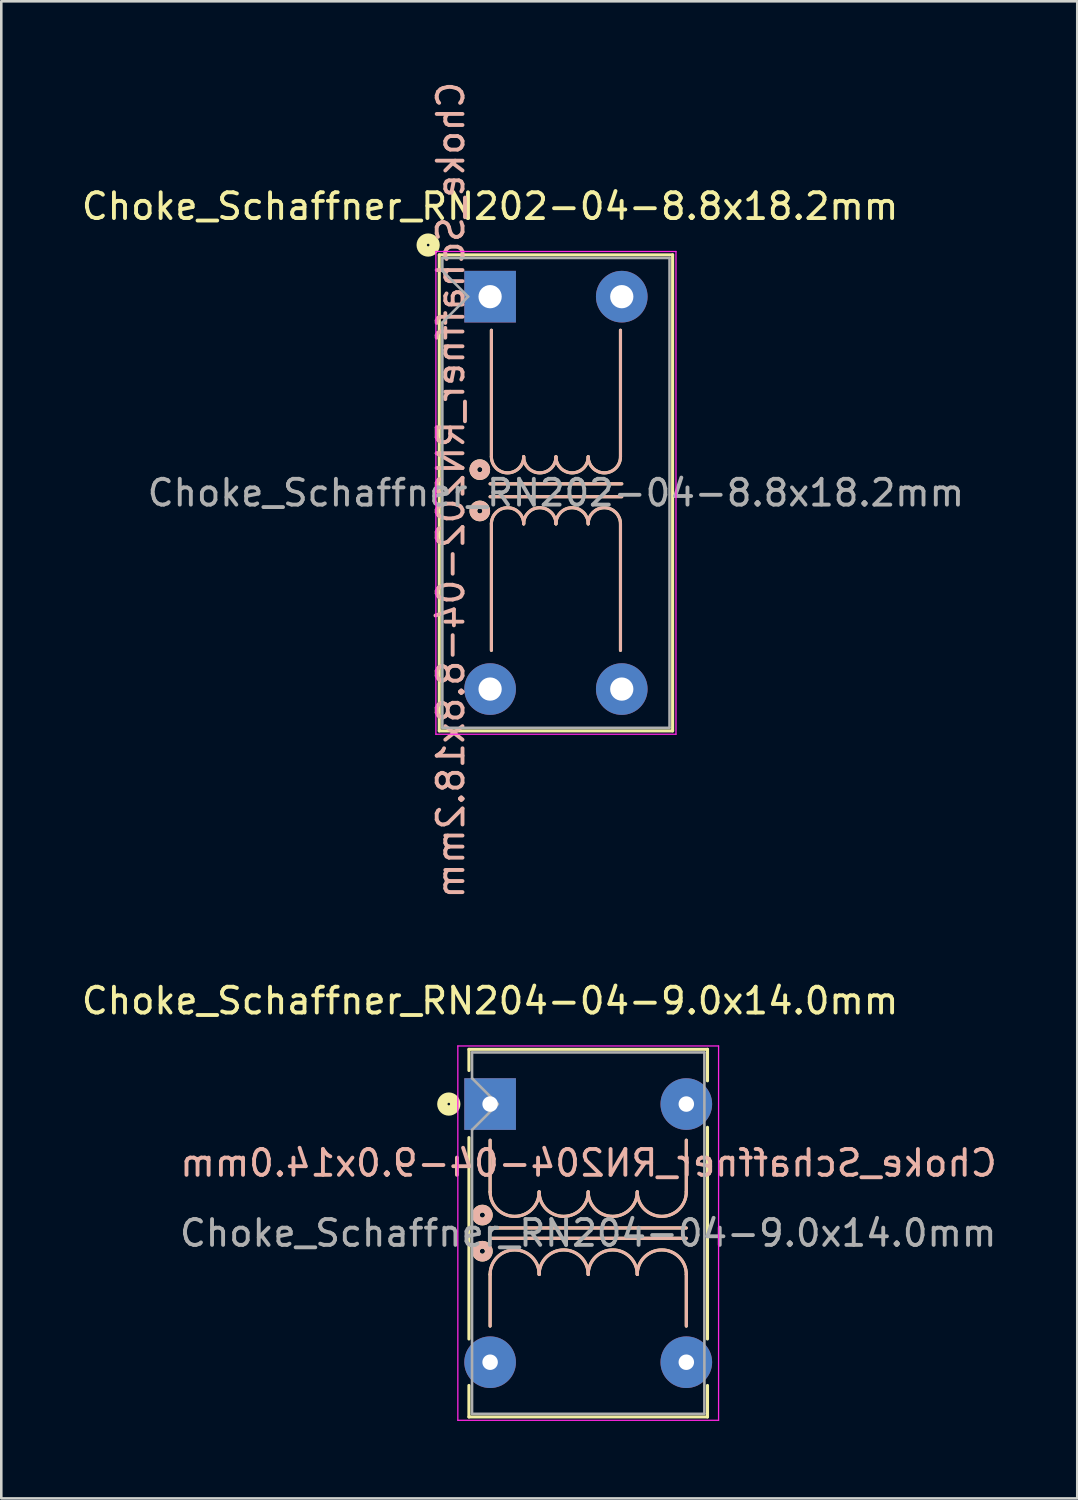
<source format=kicad_pcb>
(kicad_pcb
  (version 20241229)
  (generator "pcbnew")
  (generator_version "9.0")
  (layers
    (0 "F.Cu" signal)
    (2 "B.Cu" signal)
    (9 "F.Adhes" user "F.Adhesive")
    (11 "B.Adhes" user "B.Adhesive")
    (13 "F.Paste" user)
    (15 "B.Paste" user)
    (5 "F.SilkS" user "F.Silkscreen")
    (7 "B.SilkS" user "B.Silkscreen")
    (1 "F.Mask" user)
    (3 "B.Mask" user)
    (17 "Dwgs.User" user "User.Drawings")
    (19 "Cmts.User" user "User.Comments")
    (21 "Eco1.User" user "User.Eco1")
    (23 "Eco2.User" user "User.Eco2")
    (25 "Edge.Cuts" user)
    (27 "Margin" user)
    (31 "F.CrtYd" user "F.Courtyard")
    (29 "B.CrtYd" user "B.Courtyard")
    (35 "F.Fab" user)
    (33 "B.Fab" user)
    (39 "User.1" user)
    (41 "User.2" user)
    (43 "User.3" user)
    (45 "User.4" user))
  (footprint "Choke_Schaffner_RN202-04-8.8x18.2mm"
    (layer "F.Cu")
    (at 15.935 8.442)
    (property "Reference" "Choke_Schaffner_RN202-04-8.8x18.2mm" (at 0 -3.5 0) (layer "F.SilkS") (effects (font (size 1 1) (thickness 0.15))))
    (fp_line (start -1.97 -1.62) (end 7.07 -1.62) (stroke (width 0.12) (type solid)) (layer "F.SilkS"))
    (fp_line (start -1.97 16.82) (end -1.97 -1.62) (stroke (width 0.12) (type solid)) (layer "F.SilkS"))
    (fp_line (start 0 7.75) (end 5.1 7.75) (stroke (width 0.12) (type solid)) (layer "F.SilkS"))
    (fp_line (start 0.05 1.3) (end 0.05 6.2) (stroke (width 0.12) (type solid)) (layer "F.SilkS"))
    (fp_line (start 0.05 8.8) (end 0.05 13.7) (stroke (width 0.12) (type solid)) (layer "F.SilkS"))
    (fp_line (start 5.05 6.2) (end 5.05 1.3) (stroke (width 0.12) (type solid)) (layer "F.SilkS"))
    (fp_line (start 5.05 13.7) (end 5.05 8.8) (stroke (width 0.12) (type solid)) (layer "F.SilkS"))
    (fp_line (start 5.1 7.25) (end 0 7.25) (stroke (width 0.12) (type solid)) (layer "F.SilkS"))
    (fp_line (start 7.07 -1.62) (end 7.07 16.82) (stroke (width 0.12) (type solid)) (layer "F.SilkS"))
    (fp_line (start 7.07 16.82) (end -1.97 16.82) (stroke (width 0.12) (type solid)) (layer "F.SilkS"))
    (fp_arc (start 0.05 8.8) (mid 0.675 8.175) (end 1.3 8.8) (stroke (width 0.12) (type solid)) (layer "F.SilkS"))
    (fp_arc (start 1.3 6.2) (mid 0.675 6.825) (end 0.05 6.2) (stroke (width 0.12) (type solid)) (layer "F.SilkS"))
    (fp_arc (start 1.3 8.8) (mid 1.925 8.175) (end 2.55 8.8) (stroke (width 0.12) (type solid)) (layer "F.SilkS"))
    (fp_arc (start 2.55 6.2) (mid 1.925 6.825) (end 1.3 6.2) (stroke (width 0.12) (type solid)) (layer "F.SilkS"))
    (fp_arc (start 2.55 8.8) (mid 3.175 8.175) (end 3.8 8.8) (stroke (width 0.12) (type solid)) (layer "F.SilkS"))
    (fp_arc (start 3.8 6.2) (mid 3.175 6.825) (end 2.55 6.2) (stroke (width 0.12) (type solid)) (layer "F.SilkS"))
    (fp_arc (start 3.8 8.8) (mid 4.425 8.175) (end 5.05 8.8) (stroke (width 0.12) (type solid)) (layer "F.SilkS"))
    (fp_arc (start 5.05 6.2) (mid 4.425 6.825) (end 3.8 6.2) (stroke (width 0.12) (type solid)) (layer "F.SilkS"))
    (fp_circle (center -2.4 -2) (end -2.35 -2) (stroke (width 0.4) (type solid)) (fill no) (layer "F.SilkS"))
    (fp_circle (center -0.4 6.7) (end -0.3 6.7) (stroke (width 0.3) (type solid)) (fill no) (layer "F.SilkS"))
    (fp_circle (center -0.4 8.3) (end -0.5 8.3) (stroke (width 0.3) (type solid)) (fill no) (layer "F.SilkS"))
    (fp_line (start 0 7.25) (end 5.1 7.25) (stroke (width 0.12) (type solid)) (layer "B.SilkS"))
    (fp_line (start 0.05 6.2) (end 0.05 1.3) (stroke (width 0.12) (type solid)) (layer "B.SilkS"))
    (fp_line (start 0.05 13.7) (end 0.05 8.8) (stroke (width 0.12) (type solid)) (layer "B.SilkS"))
    (fp_line (start 5.05 1.3) (end 5.05 6.2) (stroke (width 0.12) (type solid)) (layer "B.SilkS"))
    (fp_line (start 5.05 8.8) (end 5.05 13.7) (stroke (width 0.12) (type solid)) (layer "B.SilkS"))
    (fp_line (start 5.1 7.75) (end 0 7.75) (stroke (width 0.12) (type solid)) (layer "B.SilkS"))
    (fp_arc (start 0.05 8.8) (mid 0.675 8.175) (end 1.3 8.8) (stroke (width 0.12) (type solid)) (layer "B.SilkS"))
    (fp_arc (start 1.3 6.2) (mid 0.675 6.825) (end 0.05 6.2) (stroke (width 0.12) (type solid)) (layer "B.SilkS"))
    (fp_arc (start 1.3 8.8) (mid 1.925 8.175) (end 2.55 8.8) (stroke (width 0.12) (type solid)) (layer "B.SilkS"))
    (fp_arc (start 2.55 6.2) (mid 1.925 6.825) (end 1.3 6.2) (stroke (width 0.12) (type solid)) (layer "B.SilkS"))
    (fp_arc (start 2.55 8.8) (mid 3.175 8.175) (end 3.8 8.8) (stroke (width 0.12) (type solid)) (layer "B.SilkS"))
    (fp_arc (start 3.8 6.2) (mid 3.175 6.825) (end 2.55 6.2) (stroke (width 0.12) (type solid)) (layer "B.SilkS"))
    (fp_arc (start 3.8 8.8) (mid 4.425 8.175) (end 5.05 8.8) (stroke (width 0.12) (type solid)) (layer "B.SilkS"))
    (fp_arc (start 5.05 6.2) (mid 4.425 6.825) (end 3.8 6.2) (stroke (width 0.12) (type solid)) (layer "B.SilkS"))
    (fp_circle (center -0.4 6.7) (end -0.5 6.7) (stroke (width 0.3) (type solid)) (fill no) (layer "B.SilkS"))
    (fp_circle (center -0.4 8.3) (end -0.3 8.3) (stroke (width 0.3) (type solid)) (fill no) (layer "B.SilkS"))
    (fp_line (start -2.1 -1.75) (end -2.1 16.95) (stroke (width 0.05) (type solid)) (layer "F.CrtYd"))
    (fp_line (start -2.1 16.95) (end 7.2 16.95) (stroke (width 0.05) (type solid)) (layer "F.CrtYd"))
    (fp_line (start 7.2 -1.75) (end -2.1 -1.75) (stroke (width 0.05) (type solid)) (layer "F.CrtYd"))
    (fp_line (start 7.2 16.95) (end 7.2 -1.75) (stroke (width 0.05) (type solid)) (layer "F.CrtYd"))
    (fp_line (start -1.85 -1.5) (end 6.95 -1.5) (stroke (width 0.1) (type solid)) (layer "F.Fab"))
    (fp_line (start -1.85 -1) (end -1.85 -1.5) (stroke (width 0.1) (type solid)) (layer "F.Fab"))
    (fp_line (start -1.85 1) (end -0.85 0) (stroke (width 0.1) (type solid)) (layer "F.Fab"))
    (fp_line (start -1.85 16.7) (end -1.85 1) (stroke (width 0.1) (type solid)) (layer "F.Fab"))
    (fp_line (start -0.85 0) (end -1.85 -1) (stroke (width 0.1) (type solid)) (layer "F.Fab"))
    (fp_line (start 6.95 -1.5) (end 6.95 16.7) (stroke (width 0.1) (type solid)) (layer "F.Fab"))
    (fp_line (start 6.95 16.7) (end -1.85 16.7) (stroke (width 0.1) (type solid)) (layer "F.Fab"))
    (fp_text user "${REFERENCE}" (at -1.524 7.493 90) (layer "B.SilkS") (effects (font (size 1 1) (thickness 0.15)) (justify mirror)))
    (fp_text user "${REFERENCE}" (at 2.55 7.6 0) (layer "F.Fab") (effects (font (size 1 1) (thickness 0.15))))
    (pad "1" thru_hole rect (at 0 0) (size 2 2) (drill 0.9) (layers "*.Cu" "*.Mask"))
    (pad "2" thru_hole circle (at 5.1 0) (size 2 2) (drill 0.9) (layers "*.Cu" "*.Mask"))
    (pad "3" thru_hole circle (at 0 15.2) (size 2 2) (drill 0.9) (layers "*.Cu" "*.Mask"))
    (pad "4" thru_hole circle (at 5.1 15.2) (size 2 2) (drill 0.9) (layers "*.Cu" "*.Mask")))
  (footprint "Choke_Schaffner_RN204-04-9.0x14.0mm"
    (layer "F.Cu")
    (at 15.935 39.717)
    (property "Reference" "Choke_Schaffner_RN204-04-9.0x14.0mm" (at 0 -4 0) (layer "F.SilkS") (effects (font (size 1 1) (thickness 0.15))))
    (fp_line (start -0.82 -2.12) (end -0.82 -1.3) (stroke (width 0.12) (type solid)) (layer "F.SilkS"))
    (fp_line (start -0.82 -2.12) (end 8.42 -2.12) (stroke (width 0.12) (type solid)) (layer "F.SilkS"))
    (fp_line (start -0.82 1.3) (end -0.82 9.1) (stroke (width 0.12) (type solid)) (layer "F.SilkS"))
    (fp_line (start -0.82 10.9) (end -0.82 12.12) (stroke (width 0.12) (type solid)) (layer "F.SilkS"))
    (fp_line (start 0 1.4) (end 0 3.4) (stroke (width 0.12) (type solid)) (layer "F.SilkS"))
    (fp_line (start 0 5.2) (end 7.6 5.2) (stroke (width 0.12) (type solid)) (layer "F.SilkS"))
    (fp_line (start 0 6.6) (end 0 8.6) (stroke (width 0.12) (type solid)) (layer "F.SilkS"))
    (fp_line (start 7.6 3.4) (end 7.6 1.4) (stroke (width 0.12) (type solid)) (layer "F.SilkS"))
    (fp_line (start 7.6 4.8) (end 0 4.8) (stroke (width 0.12) (type solid)) (layer "F.SilkS"))
    (fp_line (start 7.6 8.6) (end 7.6 6.6) (stroke (width 0.12) (type solid)) (layer "F.SilkS"))
    (fp_line (start 8.42 -2.12) (end 8.42 -0.9) (stroke (width 0.12) (type solid)) (layer "F.SilkS"))
    (fp_line (start 8.42 0.9) (end 8.42 9.1) (stroke (width 0.12) (type solid)) (layer "F.SilkS"))
    (fp_line (start 8.42 10.9) (end 8.42 12.12) (stroke (width 0.12) (type solid)) (layer "F.SilkS"))
    (fp_line (start 8.42 12.12) (end -0.82 12.12) (stroke (width 0.12) (type solid)) (layer "F.SilkS"))
    (fp_arc (start 0 6.6) (mid 0.95 5.65) (end 1.9 6.6) (stroke (width 0.12) (type solid)) (layer "F.SilkS"))
    (fp_arc (start 1.9 3.4) (mid 0.95 4.35) (end 0 3.4) (stroke (width 0.12) (type solid)) (layer "F.SilkS"))
    (fp_arc (start 1.9 6.6) (mid 2.85 5.65) (end 3.8 6.6) (stroke (width 0.12) (type solid)) (layer "F.SilkS"))
    (fp_arc (start 3.8 3.4) (mid 2.85 4.35) (end 1.9 3.4) (stroke (width 0.12) (type solid)) (layer "F.SilkS"))
    (fp_arc (start 3.8 6.6) (mid 4.75 5.65) (end 5.7 6.6) (stroke (width 0.12) (type solid)) (layer "F.SilkS"))
    (fp_arc (start 5.7 3.4) (mid 4.75 4.35) (end 3.8 3.4) (stroke (width 0.12) (type solid)) (layer "F.SilkS"))
    (fp_arc (start 5.7 6.6) (mid 6.65 5.65) (end 7.6 6.6) (stroke (width 0.12) (type solid)) (layer "F.SilkS"))
    (fp_arc (start 7.6 3.4) (mid 6.65 4.35) (end 5.7 3.4) (stroke (width 0.12) (type solid)) (layer "F.SilkS"))
    (fp_circle (center -1.6 0) (end -1.55 0) (stroke (width 0.4) (type solid)) (fill no) (layer "F.SilkS"))
    (fp_circle (center -0.3 4.3) (end -0.2 4.3) (stroke (width 0.3) (type solid)) (fill no) (layer "F.SilkS"))
    (fp_circle (center -0.3 5.7) (end -0.4 5.7) (stroke (width 0.3) (type solid)) (fill no) (layer "F.SilkS"))
    (fp_line (start 0 3.4) (end 0 1.4) (stroke (width 0.12) (type solid)) (layer "B.SilkS"))
    (fp_line (start 0 4.8) (end 7.6 4.8) (stroke (width 0.12) (type solid)) (layer "B.SilkS"))
    (fp_line (start 0 8.6) (end 0 6.6) (stroke (width 0.12) (type solid)) (layer "B.SilkS"))
    (fp_line (start 7.6 1.4) (end 7.6 3.4) (stroke (width 0.12) (type solid)) (layer "B.SilkS"))
    (fp_line (start 7.6 5.2) (end 0 5.2) (stroke (width 0.12) (type solid)) (layer "B.SilkS"))
    (fp_line (start 7.6 6.6) (end 7.6 8.6) (stroke (width 0.12) (type solid)) (layer "B.SilkS"))
    (fp_arc (start 0 6.6) (mid 0.95 5.65) (end 1.9 6.6) (stroke (width 0.12) (type solid)) (layer "B.SilkS"))
    (fp_arc (start 1.9 3.4) (mid 0.95 4.35) (end 0 3.4) (stroke (width 0.12) (type solid)) (layer "B.SilkS"))
    (fp_arc (start 1.9 6.6) (mid 2.85 5.65) (end 3.8 6.6) (stroke (width 0.12) (type solid)) (layer "B.SilkS"))
    (fp_arc (start 3.8 3.4) (mid 2.85 4.35) (end 1.9 3.4) (stroke (width 0.12) (type solid)) (layer "B.SilkS"))
    (fp_arc (start 3.8 6.6) (mid 4.75 5.65) (end 5.7 6.6) (stroke (width 0.12) (type solid)) (layer "B.SilkS"))
    (fp_arc (start 5.7 3.4) (mid 4.75 4.35) (end 3.8 3.4) (stroke (width 0.12) (type solid)) (layer "B.SilkS"))
    (fp_arc (start 5.7 6.6) (mid 6.65 5.65) (end 7.6 6.6) (stroke (width 0.12) (type solid)) (layer "B.SilkS"))
    (fp_arc (start 7.6 3.4) (mid 6.65 4.35) (end 5.7 3.4) (stroke (width 0.12) (type solid)) (layer "B.SilkS"))
    (fp_circle (center -0.3 4.3) (end -0.4 4.3) (stroke (width 0.3) (type solid)) (fill no) (layer "B.SilkS"))
    (fp_circle (center -0.3 5.7) (end -0.2 5.7) (stroke (width 0.3) (type solid)) (fill no) (layer "B.SilkS"))
    (fp_line (start -1.25 -2.25) (end -1.25 12.25) (stroke (width 0.05) (type solid)) (layer "F.CrtYd"))
    (fp_line (start -1.25 12.25) (end 8.85 12.25) (stroke (width 0.05) (type solid)) (layer "F.CrtYd"))
    (fp_line (start 8.85 -2.25) (end -1.25 -2.25) (stroke (width 0.05) (type solid)) (layer "F.CrtYd"))
    (fp_line (start 8.85 12.25) (end 8.85 -2.25) (stroke (width 0.05) (type solid)) (layer "F.CrtYd"))
    (fp_line (start -0.7 -2) (end 8.3 -2) (stroke (width 0.1) (type solid)) (layer "F.Fab"))
    (fp_line (start -0.7 -1) (end -0.7 -2) (stroke (width 0.1) (type solid)) (layer "F.Fab"))
    (fp_line (start -0.7 1) (end 0.3 0) (stroke (width 0.1) (type solid)) (layer "F.Fab"))
    (fp_line (start -0.7 12) (end -0.7 1) (stroke (width 0.1) (type solid)) (layer "F.Fab"))
    (fp_line (start 0.3 0) (end -0.7 -1) (stroke (width 0.1) (type solid)) (layer "F.Fab"))
    (fp_line (start 8.3 -2) (end 8.3 12) (stroke (width 0.1) (type solid)) (layer "F.Fab"))
    (fp_line (start 8.3 12) (end -0.7 12) (stroke (width 0.1) (type solid)) (layer "F.Fab"))
    (fp_text user "${REFERENCE}" (at 3.81 2.286 0) (layer "B.SilkS") (effects (font (size 1 1) (thickness 0.15)) (justify mirror)))
    (fp_text user "${REFERENCE}" (at 3.8 5 0) (layer "F.Fab") (effects (font (size 1 1) (thickness 0.15))))
    (pad "1" thru_hole rect (at 0 0) (size 2 2) (drill 0.6) (layers "*.Cu" "*.Mask"))
    (pad "2" thru_hole circle (at 7.6 0) (size 2 2) (drill 0.6) (layers "*.Cu" "*.Mask"))
    (pad "3" thru_hole circle (at 0 10) (size 2 2) (drill 0.6) (layers "*.Cu" "*.Mask"))
    (pad "4" thru_hole circle (at 7.6 10) (size 2 2) (drill 0.6) (layers "*.Cu" "*.Mask")))
  (gr_rect
    (start -3 -3)
    (end 38.679 54.992)
    (stroke (width 0.1) (type default))
    (fill no)
    (layer "Edge.Cuts")))
</source>
